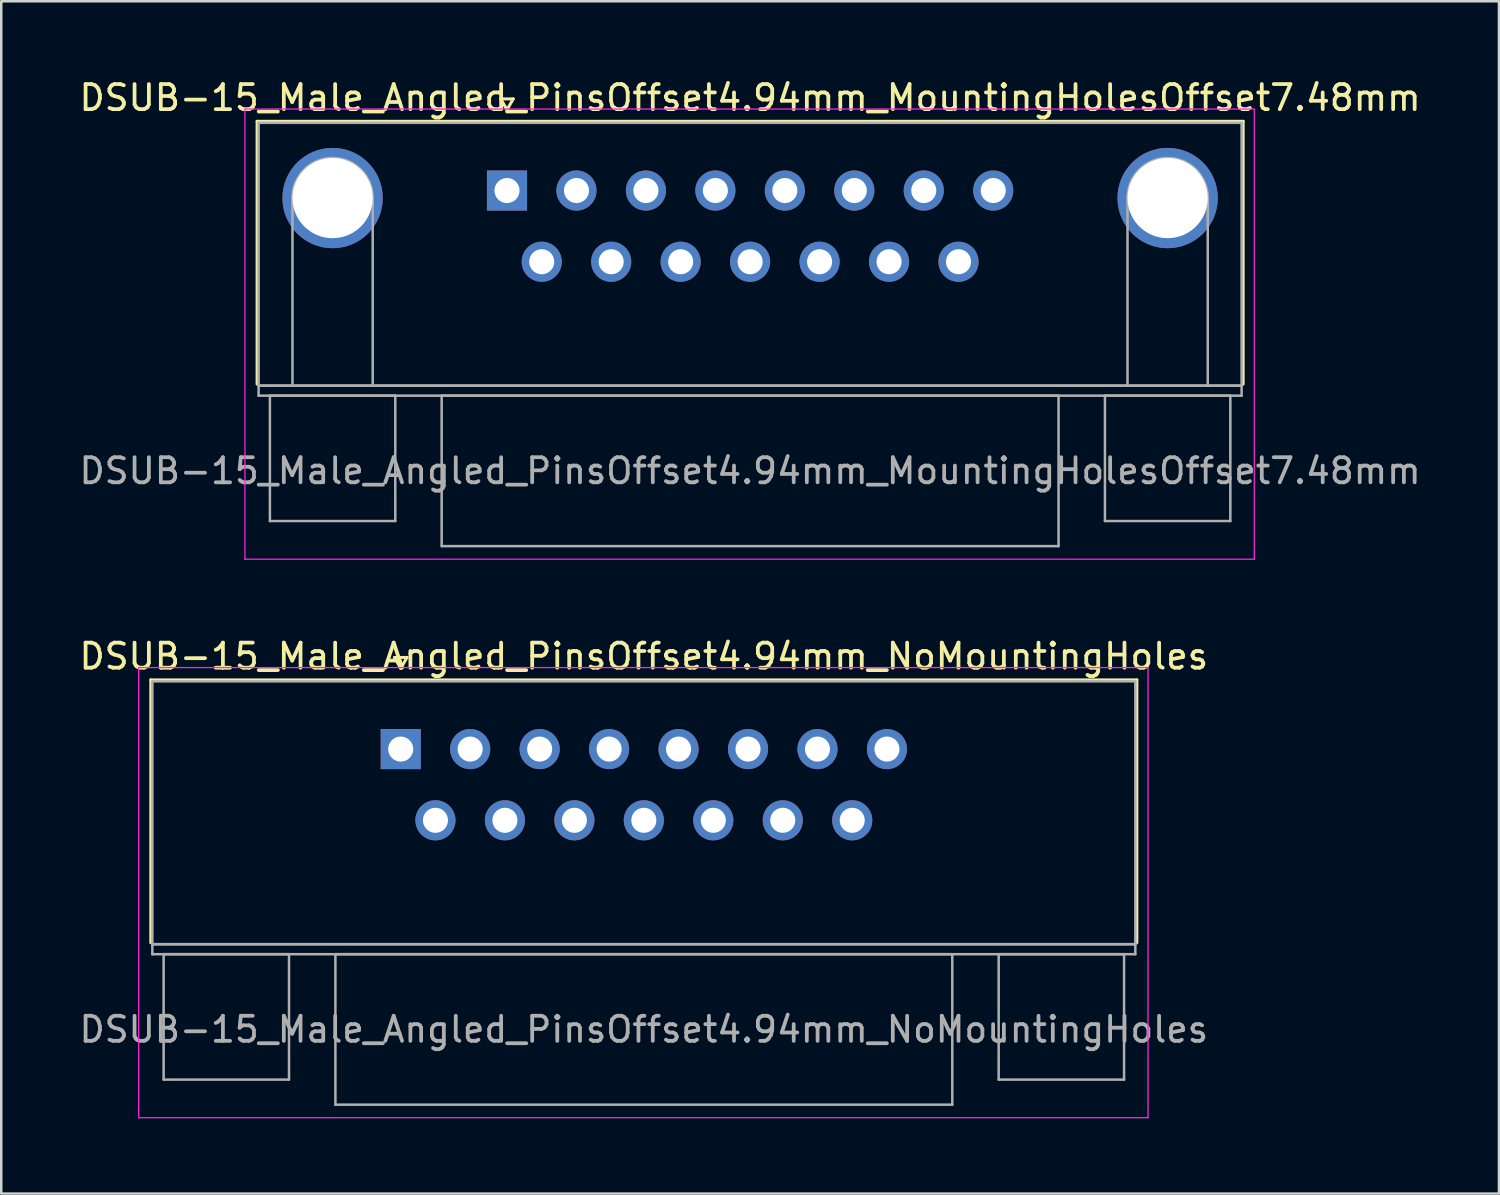
<source format=kicad_pcb>
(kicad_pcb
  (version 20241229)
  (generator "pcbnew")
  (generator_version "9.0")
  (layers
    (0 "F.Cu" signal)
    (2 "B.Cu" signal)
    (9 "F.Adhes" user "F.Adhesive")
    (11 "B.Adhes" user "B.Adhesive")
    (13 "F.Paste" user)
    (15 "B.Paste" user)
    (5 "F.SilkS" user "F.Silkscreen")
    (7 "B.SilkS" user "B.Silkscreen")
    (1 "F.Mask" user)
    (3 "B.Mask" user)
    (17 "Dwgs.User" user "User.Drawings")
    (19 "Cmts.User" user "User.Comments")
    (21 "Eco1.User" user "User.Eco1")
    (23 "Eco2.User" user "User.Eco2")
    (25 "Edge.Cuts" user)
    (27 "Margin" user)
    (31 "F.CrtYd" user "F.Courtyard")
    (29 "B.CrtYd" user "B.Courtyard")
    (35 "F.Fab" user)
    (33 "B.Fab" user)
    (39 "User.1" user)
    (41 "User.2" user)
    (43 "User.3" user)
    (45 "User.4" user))
  (footprint "DSUB-15_Male_Angled_PinsOffset4.94mm_NoMountingHoles"
    (layer "F.Cu")
    (at 12.93 26.822)
    (property "Reference" "DSUB-15_Male_Angled_PinsOffset4.94mm_NoMountingHoles" (at 9.695 -3.7 0) (layer "F.SilkS") (effects (font (size 1 1) (thickness 0.15))))
    (attr through_hole)
    (fp_line (start -9.965 -2.76) (end 29.355 -2.76) (stroke (width 0.12) (type solid)) (layer "F.SilkS"))
    (fp_line (start -9.965 7.72) (end -9.965 -2.76) (stroke (width 0.12) (type solid)) (layer "F.SilkS"))
    (fp_line (start -0.25 -3.654) (end 0.25 -3.654) (stroke (width 0.12) (type solid)) (layer "F.SilkS"))
    (fp_line (start 0 -3.221) (end -0.25 -3.654) (stroke (width 0.12) (type solid)) (layer "F.SilkS"))
    (fp_line (start 0.25 -3.654) (end 0 -3.221) (stroke (width 0.12) (type solid)) (layer "F.SilkS"))
    (fp_line (start 29.355 -2.76) (end 29.355 7.72) (stroke (width 0.12) (type solid)) (layer "F.SilkS"))
    (fp_line (start -10.45 -3.25) (end -10.45 14.7) (stroke (width 0.05) (type solid)) (layer "F.CrtYd"))
    (fp_line (start -10.45 14.7) (end 29.8 14.7) (stroke (width 0.05) (type solid)) (layer "F.CrtYd"))
    (fp_line (start 29.8 -3.25) (end -10.45 -3.25) (stroke (width 0.05) (type solid)) (layer "F.CrtYd"))
    (fp_line (start 29.8 14.7) (end 29.8 -3.25) (stroke (width 0.05) (type solid)) (layer "F.CrtYd"))
    (fp_line (start -9.905 -2.7) (end -9.905 7.78) (stroke (width 0.1) (type solid)) (layer "F.Fab"))
    (fp_line (start -9.905 7.78) (end -9.905 8.18) (stroke (width 0.1) (type solid)) (layer "F.Fab"))
    (fp_line (start -9.905 7.78) (end 29.295 7.78) (stroke (width 0.1) (type solid)) (layer "F.Fab"))
    (fp_line (start -9.905 8.18) (end 29.295 8.18) (stroke (width 0.1) (type solid)) (layer "F.Fab"))
    (fp_line (start -9.455 8.18) (end -9.455 13.18) (stroke (width 0.1) (type solid)) (layer "F.Fab"))
    (fp_line (start -9.455 13.18) (end -4.455 13.18) (stroke (width 0.1) (type solid)) (layer "F.Fab"))
    (fp_line (start -4.455 8.18) (end -9.455 8.18) (stroke (width 0.1) (type solid)) (layer "F.Fab"))
    (fp_line (start -4.455 13.18) (end -4.455 8.18) (stroke (width 0.1) (type solid)) (layer "F.Fab"))
    (fp_line (start -2.605 8.18) (end -2.605 14.18) (stroke (width 0.1) (type solid)) (layer "F.Fab"))
    (fp_line (start -2.605 14.18) (end 21.995 14.18) (stroke (width 0.1) (type solid)) (layer "F.Fab"))
    (fp_line (start 21.995 8.18) (end -2.605 8.18) (stroke (width 0.1) (type solid)) (layer "F.Fab"))
    (fp_line (start 21.995 14.18) (end 21.995 8.18) (stroke (width 0.1) (type solid)) (layer "F.Fab"))
    (fp_line (start 23.845 8.18) (end 23.845 13.18) (stroke (width 0.1) (type solid)) (layer "F.Fab"))
    (fp_line (start 23.845 13.18) (end 28.845 13.18) (stroke (width 0.1) (type solid)) (layer "F.Fab"))
    (fp_line (start 28.845 8.18) (end 23.845 8.18) (stroke (width 0.1) (type solid)) (layer "F.Fab"))
    (fp_line (start 28.845 13.18) (end 28.845 8.18) (stroke (width 0.1) (type solid)) (layer "F.Fab"))
    (fp_line (start 29.295 -2.7) (end -9.905 -2.7) (stroke (width 0.1) (type solid)) (layer "F.Fab"))
    (fp_line (start 29.295 7.78) (end -9.905 7.78) (stroke (width 0.1) (type solid)) (layer "F.Fab"))
    (fp_line (start 29.295 7.78) (end 29.295 -2.7) (stroke (width 0.1) (type solid)) (layer "F.Fab"))
    (fp_line (start 29.295 8.18) (end 29.295 7.78) (stroke (width 0.1) (type solid)) (layer "F.Fab"))
    (fp_text user "${REFERENCE}" (at 9.695 11.18 0) (layer "F.Fab") (effects (font (size 1 1) (thickness 0.15))))
    (pad "1" thru_hole rect (at 0 0) (size 1.6 1.6) (drill 1) (layers "*.Cu" "*.Mask"))
    (pad "2" thru_hole circle (at 2.77 0) (size 1.6 1.6) (drill 1) (layers "*.Cu" "*.Mask"))
    (pad "3" thru_hole circle (at 5.54 0) (size 1.6 1.6) (drill 1) (layers "*.Cu" "*.Mask"))
    (pad "4" thru_hole circle (at 8.31 0) (size 1.6 1.6) (drill 1) (layers "*.Cu" "*.Mask"))
    (pad "5" thru_hole circle (at 11.08 0) (size 1.6 1.6) (drill 1) (layers "*.Cu" "*.Mask"))
    (pad "6" thru_hole circle (at 13.85 0) (size 1.6 1.6) (drill 1) (layers "*.Cu" "*.Mask"))
    (pad "7" thru_hole circle (at 16.62 0) (size 1.6 1.6) (drill 1) (layers "*.Cu" "*.Mask"))
    (pad "8" thru_hole circle (at 19.39 0) (size 1.6 1.6) (drill 1) (layers "*.Cu" "*.Mask"))
    (pad "9" thru_hole circle (at 1.385 2.84) (size 1.6 1.6) (drill 1) (layers "*.Cu" "*.Mask"))
    (pad "10" thru_hole circle (at 4.155 2.84) (size 1.6 1.6) (drill 1) (layers "*.Cu" "*.Mask"))
    (pad "11" thru_hole circle (at 6.925 2.84) (size 1.6 1.6) (drill 1) (layers "*.Cu" "*.Mask"))
    (pad "12" thru_hole circle (at 9.695 2.84) (size 1.6 1.6) (drill 1) (layers "*.Cu" "*.Mask"))
    (pad "13" thru_hole circle (at 12.465 2.84) (size 1.6 1.6) (drill 1) (layers "*.Cu" "*.Mask"))
    (pad "14" thru_hole circle (at 15.235 2.84) (size 1.6 1.6) (drill 1) (layers "*.Cu" "*.Mask"))
    (pad "15" thru_hole circle (at 18.005 2.84) (size 1.6 1.6) (drill 1) (layers "*.Cu" "*.Mask")))
  (footprint "DSUB-15_Male_Angled_PinsOffset4.94mm_MountingHolesOffset7.48mm"
    (layer "F.Cu")
    (at 17.168 4.548)
    (property "Reference" "DSUB-15_Male_Angled_PinsOffset4.94mm_MountingHolesOffset7.48mm" (at 9.695 -3.7 0) (layer "F.SilkS") (effects (font (size 1 1) (thickness 0.15))))
    (attr through_hole)
    (fp_line (start -9.965 -2.76) (end 29.355 -2.76) (stroke (width 0.12) (type solid)) (layer "F.SilkS"))
    (fp_line (start -9.965 7.72) (end -9.965 -2.76) (stroke (width 0.12) (type solid)) (layer "F.SilkS"))
    (fp_line (start -0.25 -3.654) (end 0.25 -3.654) (stroke (width 0.12) (type solid)) (layer "F.SilkS"))
    (fp_line (start 0 -3.221) (end -0.25 -3.654) (stroke (width 0.12) (type solid)) (layer "F.SilkS"))
    (fp_line (start 0.25 -3.654) (end 0 -3.221) (stroke (width 0.12) (type solid)) (layer "F.SilkS"))
    (fp_line (start 29.355 -2.76) (end 29.355 7.72) (stroke (width 0.12) (type solid)) (layer "F.SilkS"))
    (fp_line (start -10.45 -3.25) (end -10.45 14.7) (stroke (width 0.05) (type solid)) (layer "F.CrtYd"))
    (fp_line (start -10.45 14.7) (end 29.8 14.7) (stroke (width 0.05) (type solid)) (layer "F.CrtYd"))
    (fp_line (start 29.8 -3.25) (end -10.45 -3.25) (stroke (width 0.05) (type solid)) (layer "F.CrtYd"))
    (fp_line (start 29.8 14.7) (end 29.8 -3.25) (stroke (width 0.05) (type solid)) (layer "F.CrtYd"))
    (fp_line (start -9.905 -2.7) (end -9.905 7.78) (stroke (width 0.1) (type solid)) (layer "F.Fab"))
    (fp_line (start -9.905 7.78) (end -9.905 8.18) (stroke (width 0.1) (type solid)) (layer "F.Fab"))
    (fp_line (start -9.905 7.78) (end 29.295 7.78) (stroke (width 0.1) (type solid)) (layer "F.Fab"))
    (fp_line (start -9.905 8.18) (end 29.295 8.18) (stroke (width 0.1) (type solid)) (layer "F.Fab"))
    (fp_line (start -9.455 8.18) (end -9.455 13.18) (stroke (width 0.1) (type solid)) (layer "F.Fab"))
    (fp_line (start -9.455 13.18) (end -4.455 13.18) (stroke (width 0.1) (type solid)) (layer "F.Fab"))
    (fp_line (start -8.555 7.78) (end -8.555 0.3) (stroke (width 0.1) (type solid)) (layer "F.Fab"))
    (fp_line (start -5.355 7.78) (end -5.355 0.3) (stroke (width 0.1) (type solid)) (layer "F.Fab"))
    (fp_line (start -4.455 8.18) (end -9.455 8.18) (stroke (width 0.1) (type solid)) (layer "F.Fab"))
    (fp_line (start -4.455 13.18) (end -4.455 8.18) (stroke (width 0.1) (type solid)) (layer "F.Fab"))
    (fp_line (start -2.605 8.18) (end -2.605 14.18) (stroke (width 0.1) (type solid)) (layer "F.Fab"))
    (fp_line (start -2.605 14.18) (end 21.995 14.18) (stroke (width 0.1) (type solid)) (layer "F.Fab"))
    (fp_line (start 21.995 8.18) (end -2.605 8.18) (stroke (width 0.1) (type solid)) (layer "F.Fab"))
    (fp_line (start 21.995 14.18) (end 21.995 8.18) (stroke (width 0.1) (type solid)) (layer "F.Fab"))
    (fp_line (start 23.845 8.18) (end 23.845 13.18) (stroke (width 0.1) (type solid)) (layer "F.Fab"))
    (fp_line (start 23.845 13.18) (end 28.845 13.18) (stroke (width 0.1) (type solid)) (layer "F.Fab"))
    (fp_line (start 24.745 7.78) (end 24.745 0.3) (stroke (width 0.1) (type solid)) (layer "F.Fab"))
    (fp_line (start 27.945 7.78) (end 27.945 0.3) (stroke (width 0.1) (type solid)) (layer "F.Fab"))
    (fp_line (start 28.845 8.18) (end 23.845 8.18) (stroke (width 0.1) (type solid)) (layer "F.Fab"))
    (fp_line (start 28.845 13.18) (end 28.845 8.18) (stroke (width 0.1) (type solid)) (layer "F.Fab"))
    (fp_line (start 29.295 -2.7) (end -9.905 -2.7) (stroke (width 0.1) (type solid)) (layer "F.Fab"))
    (fp_line (start 29.295 7.78) (end -9.905 7.78) (stroke (width 0.1) (type solid)) (layer "F.Fab"))
    (fp_line (start 29.295 7.78) (end 29.295 -2.7) (stroke (width 0.1) (type solid)) (layer "F.Fab"))
    (fp_line (start 29.295 8.18) (end 29.295 7.78) (stroke (width 0.1) (type solid)) (layer "F.Fab"))
    (fp_arc (start -8.555 0.3) (mid -6.955 -1.3) (end -5.355 0.3) (stroke (width 0.1) (type solid)) (layer "F.Fab"))
    (fp_arc (start 24.745 0.3) (mid 26.345 -1.3) (end 27.945 0.3) (stroke (width 0.1) (type solid)) (layer "F.Fab"))
    (fp_text user "${REFERENCE}" (at 9.695 11.18 0) (layer "F.Fab") (effects (font (size 1 1) (thickness 0.15))))
    (pad "0" thru_hole circle (at -6.955 0.3) (size 4 4) (drill 3.2) (layers "*.Cu" "*.Mask"))
    (pad "0" thru_hole circle (at 26.345 0.3) (size 4 4) (drill 3.2) (layers "*.Cu" "*.Mask"))
    (pad "1" thru_hole rect (at 0 0) (size 1.6 1.6) (drill 1) (layers "*.Cu" "*.Mask"))
    (pad "2" thru_hole circle (at 2.77 0) (size 1.6 1.6) (drill 1) (layers "*.Cu" "*.Mask"))
    (pad "3" thru_hole circle (at 5.54 0) (size 1.6 1.6) (drill 1) (layers "*.Cu" "*.Mask"))
    (pad "4" thru_hole circle (at 8.31 0) (size 1.6 1.6) (drill 1) (layers "*.Cu" "*.Mask"))
    (pad "5" thru_hole circle (at 11.08 0) (size 1.6 1.6) (drill 1) (layers "*.Cu" "*.Mask"))
    (pad "6" thru_hole circle (at 13.85 0) (size 1.6 1.6) (drill 1) (layers "*.Cu" "*.Mask"))
    (pad "7" thru_hole circle (at 16.62 0) (size 1.6 1.6) (drill 1) (layers "*.Cu" "*.Mask"))
    (pad "8" thru_hole circle (at 19.39 0) (size 1.6 1.6) (drill 1) (layers "*.Cu" "*.Mask"))
    (pad "9" thru_hole circle (at 1.385 2.84) (size 1.6 1.6) (drill 1) (layers "*.Cu" "*.Mask"))
    (pad "10" thru_hole circle (at 4.155 2.84) (size 1.6 1.6) (drill 1) (layers "*.Cu" "*.Mask"))
    (pad "11" thru_hole circle (at 6.925 2.84) (size 1.6 1.6) (drill 1) (layers "*.Cu" "*.Mask"))
    (pad "12" thru_hole circle (at 9.695 2.84) (size 1.6 1.6) (drill 1) (layers "*.Cu" "*.Mask"))
    (pad "13" thru_hole circle (at 12.465 2.84) (size 1.6 1.6) (drill 1) (layers "*.Cu" "*.Mask"))
    (pad "14" thru_hole circle (at 15.235 2.84) (size 1.6 1.6) (drill 1) (layers "*.Cu" "*.Mask"))
    (pad "15" thru_hole circle (at 18.005 2.84) (size 1.6 1.6) (drill 1) (layers "*.Cu" "*.Mask")))
  (gr_rect
    (start -3 -3)
    (end 56.726 44.547)
    (stroke (width 0.1) (type default))
    (fill no)
    (layer "Edge.Cuts")))
</source>
